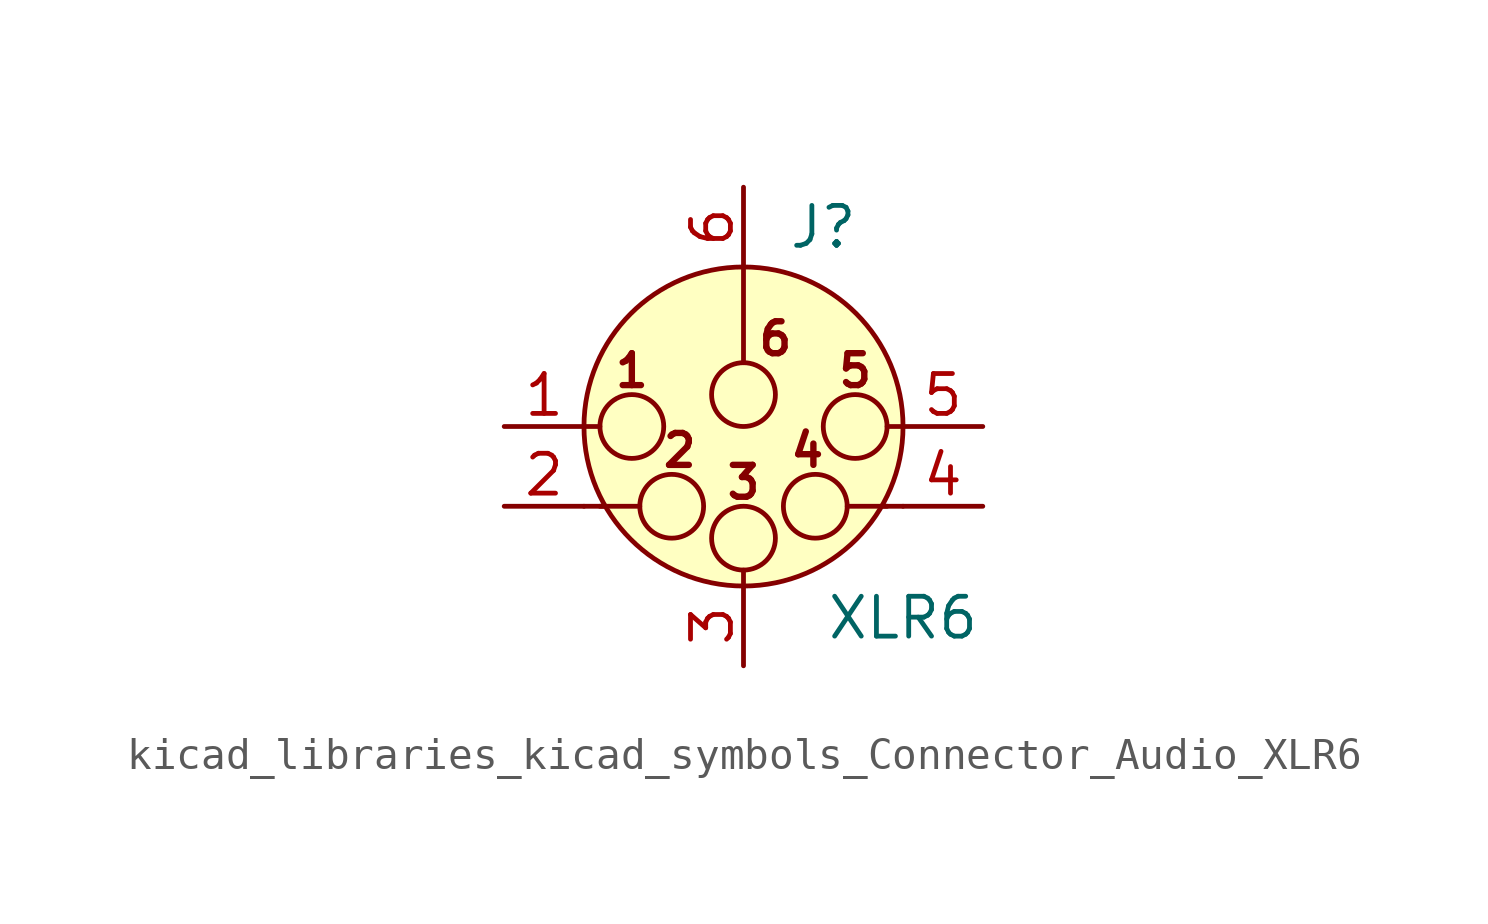
<source format=kicad_sym>
(kicad_symbol_lib
  (version 20220914)
  (generator kicad_symbol_editor)
  (symbol "kicad_libraries_kicad_symbols_Connector_Audio_XLR6"
    (pin_names hide)
    (property "Reference" "J"
      (at 2.54 6.35 0)
      (effects (font (size 1.27 1.27))))
    (property "Value" "XLR6"
      (at 5.08 -6.096 0)
      (effects (font (size 1.27 1.27))))
    (symbol "kicad_libraries_kicad_symbols_Connector_Audio_XLR6_0_1"
      (circle (center -3.556 0) (radius 1.016) (stroke (width 0) (type default)) (fill (type none)))
      (circle (center -2.286 -2.54) (radius 1.016) (stroke (width 0) (type default)) (fill (type none)))
      (circle (center 0 -3.556) (radius 1.016) (stroke (width 0) (type default)) (fill (type none)))
      (polyline (pts (xy -5.08 -2.54) (xy -4.445 -2.54)) (stroke (width 0) (type default)) (fill (type none)))
      (polyline (pts (xy -5.08 0) (xy -4.572 0)) (stroke (width 0) (type default)) (fill (type none)))
      (polyline (pts (xy -4.572 -2.54) (xy -3.302 -2.54)) (stroke (width 0) (type default)) (fill (type none)))
      (polyline (pts (xy 0 -5.08) (xy 0 -4.572)) (stroke (width 0) (type default)) (fill (type none)))
      (polyline (pts (xy 0 5.08) (xy 0 2.032)) (stroke (width 0) (type default)) (fill (type none)))
      (polyline (pts (xy 4.572 -2.54) (xy 3.302 -2.54)) (stroke (width 0) (type default)) (fill (type none)))
      (polyline (pts (xy 5.08 -2.54) (xy 4.445 -2.54)) (stroke (width 0) (type default)) (fill (type none)))
      (polyline (pts (xy 5.08 0) (xy 4.572 0)) (stroke (width 0) (type default)) (fill (type none)))
      (circle (center 0 0) (radius 5.08) (stroke (width 0) (type default)) (fill (type background)))
      (circle (center 0 1.016) (radius 1.016) (stroke (width 0) (type default)) (fill (type none)))
      (circle (center 2.286 -2.54) (radius 1.016) (stroke (width 0) (type default)) (fill (type none)))
      (circle (center 3.556 0) (radius 1.016) (stroke (width 0) (type default)) (fill (type none)))
      (text "1" (at -3.556 1.778 0) (effects (font (size 1.016 1.016) bold)))
      (text "2" (at -2.032 -0.762 0) (effects (font (size 1.016 1.016) bold)))
      (text "3" (at 0 -1.778 0) (effects (font (size 1.016 1.016) bold)))
      (text "4" (at 2.032 -0.762 0) (effects (font (size 1.016 1.016) bold)))
      (text "5" (at 3.556 1.778 0) (effects (font (size 1.016 1.016) bold)))
      (text "6" (at 1.016 2.794 0) (effects (font (size 1.016 1.016) bold))))
    (symbol "kicad_libraries_kicad_symbols_Connector_Audio_XLR6_1_1"
      (pin passive line (at -7.62 0 0) (length 2.54) (name "P1" (effects (font (size 1.27 1.27)))) (number "1" (effects (font (size 1.27 1.27)))))
      (pin passive line (at -7.62 -2.54 0) (length 2.54) (name "P2" (effects (font (size 1.27 1.27)))) (number "2" (effects (font (size 1.27 1.27)))))
      (pin passive line (at 0 -7.62 90) (length 2.54) (name "P3" (effects (font (size 1.27 1.27)))) (number "3" (effects (font (size 1.27 1.27)))))
      (pin passive line (at 7.62 -2.54 180) (length 2.54) (name "P3" (effects (font (size 1.27 1.27)))) (number "4" (effects (font (size 1.27 1.27)))))
      (pin passive line (at 7.62 0 180) (length 2.54) (name "P5" (effects (font (size 1.27 1.27)))) (number "5" (effects (font (size 1.27 1.27)))))
      (pin passive line (at 0 7.62 270) (length 2.54) (name "P6" (effects (font (size 1.27 1.27)))) (number "6" (effects (font (size 1.27 1.27))))))))
</source>
